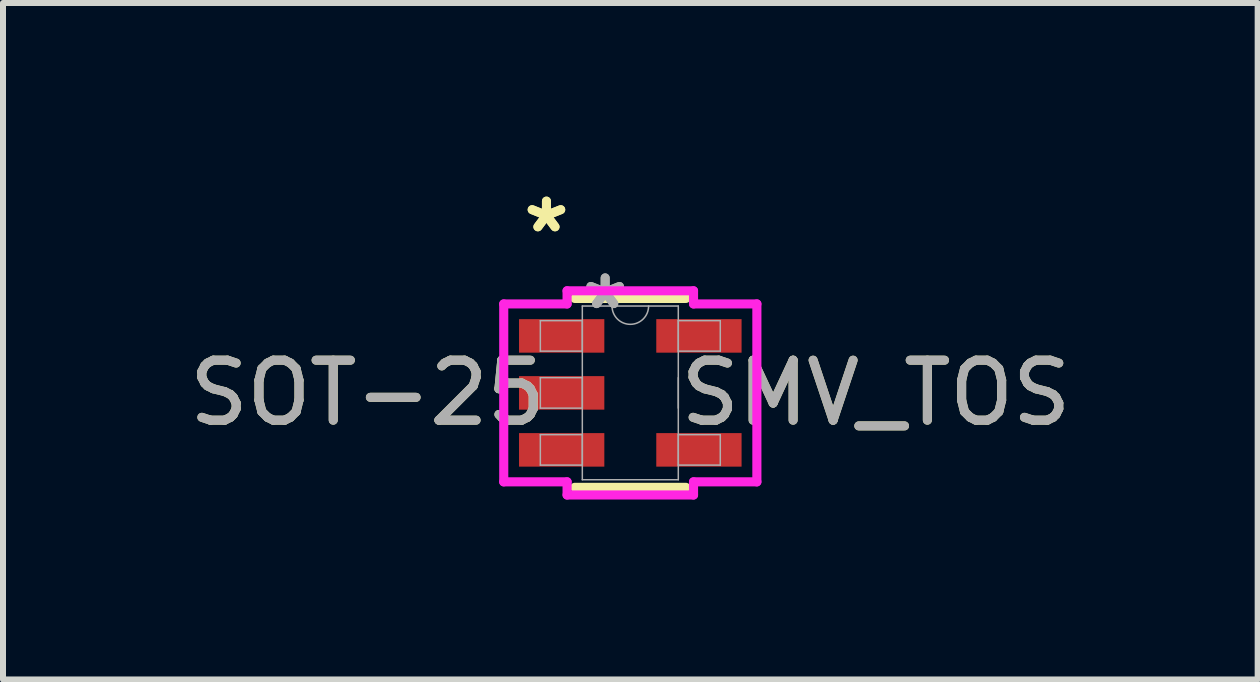
<source format=kicad_pcb>
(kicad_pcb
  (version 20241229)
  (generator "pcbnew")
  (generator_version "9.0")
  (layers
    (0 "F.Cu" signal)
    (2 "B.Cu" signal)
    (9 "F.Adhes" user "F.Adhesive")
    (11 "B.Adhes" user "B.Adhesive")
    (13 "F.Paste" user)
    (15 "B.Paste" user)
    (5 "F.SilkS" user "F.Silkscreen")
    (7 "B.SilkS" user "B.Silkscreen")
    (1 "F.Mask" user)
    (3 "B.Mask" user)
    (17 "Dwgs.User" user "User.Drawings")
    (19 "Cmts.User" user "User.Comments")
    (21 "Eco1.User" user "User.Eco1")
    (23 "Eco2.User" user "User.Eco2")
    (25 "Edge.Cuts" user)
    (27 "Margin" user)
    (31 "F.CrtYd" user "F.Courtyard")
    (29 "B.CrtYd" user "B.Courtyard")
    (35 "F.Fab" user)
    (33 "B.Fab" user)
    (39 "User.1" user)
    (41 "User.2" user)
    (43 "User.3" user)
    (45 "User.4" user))
  (footprint "SOT-25   SMV_TOS"
    (layer "F.Cu")
    (at 7.458 3.5)
    (property "Reference" "SOT-25   SMV_TOS" (at 0 0 0) (unlocked yes) (layer "F.SilkS") (effects (font (size 1 1) (thickness 0.15))))
    (attr smd)
    (fp_line (start -0.927 1.575) (end 0.927 1.575) (stroke (width 0.152) (type solid)) (layer "F.SilkS"))
    (fp_line (start 0.927 -1.575) (end -0.927 -1.575) (stroke (width 0.152) (type solid)) (layer "F.SilkS"))
    (fp_line (start -2.11 -1.483) (end -1.054 -1.483) (stroke (width 0.152) (type solid)) (layer "F.CrtYd"))
    (fp_line (start -2.11 1.483) (end -2.11 -1.483) (stroke (width 0.152) (type solid)) (layer "F.CrtYd"))
    (fp_line (start -2.11 1.483) (end -1.054 1.483) (stroke (width 0.152) (type solid)) (layer "F.CrtYd"))
    (fp_line (start -1.054 -1.702) (end 1.054 -1.702) (stroke (width 0.152) (type solid)) (layer "F.CrtYd"))
    (fp_line (start -1.054 -1.483) (end -1.054 -1.702) (stroke (width 0.152) (type solid)) (layer "F.CrtYd"))
    (fp_line (start -1.054 1.702) (end -1.054 1.483) (stroke (width 0.152) (type solid)) (layer "F.CrtYd"))
    (fp_line (start 1.054 -1.702) (end 1.054 -1.483) (stroke (width 0.152) (type solid)) (layer "F.CrtYd"))
    (fp_line (start 1.054 1.483) (end 1.054 1.702) (stroke (width 0.152) (type solid)) (layer "F.CrtYd"))
    (fp_line (start 1.054 1.702) (end -1.054 1.702) (stroke (width 0.152) (type solid)) (layer "F.CrtYd"))
    (fp_line (start 2.11 -1.483) (end 1.054 -1.483) (stroke (width 0.152) (type solid)) (layer "F.CrtYd"))
    (fp_line (start 2.11 -1.483) (end 2.11 1.483) (stroke (width 0.152) (type solid)) (layer "F.CrtYd"))
    (fp_line (start 2.11 1.483) (end 1.054 1.483) (stroke (width 0.152) (type solid)) (layer "F.CrtYd"))
    (fp_line (start -1.5 -1.204) (end -1.5 -0.696) (stroke (width 0.025) (type solid)) (layer "F.Fab"))
    (fp_line (start -1.5 -0.696) (end -0.8 -0.696) (stroke (width 0.025) (type solid)) (layer "F.Fab"))
    (fp_line (start -1.5 -0.254) (end -1.5 0.254) (stroke (width 0.025) (type solid)) (layer "F.Fab"))
    (fp_line (start -1.5 0.254) (end -0.8 0.254) (stroke (width 0.025) (type solid)) (layer "F.Fab"))
    (fp_line (start -1.5 0.696) (end -1.5 1.204) (stroke (width 0.025) (type solid)) (layer "F.Fab"))
    (fp_line (start -1.5 1.204) (end -0.8 1.204) (stroke (width 0.025) (type solid)) (layer "F.Fab"))
    (fp_line (start -0.8 -1.448) (end -0.8 1.448) (stroke (width 0.025) (type solid)) (layer "F.Fab"))
    (fp_line (start -0.8 -1.204) (end -1.5 -1.204) (stroke (width 0.025) (type solid)) (layer "F.Fab"))
    (fp_line (start -0.8 -0.696) (end -0.8 -1.204) (stroke (width 0.025) (type solid)) (layer "F.Fab"))
    (fp_line (start -0.8 -0.254) (end -1.5 -0.254) (stroke (width 0.025) (type solid)) (layer "F.Fab"))
    (fp_line (start -0.8 0.254) (end -0.8 -0.254) (stroke (width 0.025) (type solid)) (layer "F.Fab"))
    (fp_line (start -0.8 0.696) (end -1.5 0.696) (stroke (width 0.025) (type solid)) (layer "F.Fab"))
    (fp_line (start -0.8 1.204) (end -0.8 0.696) (stroke (width 0.025) (type solid)) (layer "F.Fab"))
    (fp_line (start -0.8 1.448) (end 0.8 1.448) (stroke (width 0.025) (type solid)) (layer "F.Fab"))
    (fp_line (start 0.8 -1.448) (end -0.8 -1.448) (stroke (width 0.025) (type solid)) (layer "F.Fab"))
    (fp_line (start 0.8 -1.204) (end 0.8 -0.696) (stroke (width 0.025) (type solid)) (layer "F.Fab"))
    (fp_line (start 0.8 -0.696) (end 1.5 -0.696) (stroke (width 0.025) (type solid)) (layer "F.Fab"))
    (fp_line (start 0.8 -0.254) (end 0.8 0.254) (stroke (width 0.025) (type solid)) (layer "F.Fab"))
    (fp_line (start 0.8 0.696) (end 0.8 1.204) (stroke (width 0.025) (type solid)) (layer "F.Fab"))
    (fp_line (start 0.8 1.204) (end 1.5 1.204) (stroke (width 0.025) (type solid)) (layer "F.Fab"))
    (fp_line (start 0.8 1.448) (end 0.8 -1.448) (stroke (width 0.025) (type solid)) (layer "F.Fab"))
    (fp_line (start 1.5 -1.204) (end 0.8 -1.204) (stroke (width 0.025) (type solid)) (layer "F.Fab"))
    (fp_line (start 1.5 -0.696) (end 1.5 -1.204) (stroke (width 0.025) (type solid)) (layer "F.Fab"))
    (fp_line (start 1.5 0.696) (end 0.8 0.696) (stroke (width 0.025) (type solid)) (layer "F.Fab"))
    (fp_line (start 1.5 1.204) (end 1.5 0.696) (stroke (width 0.025) (type solid)) (layer "F.Fab"))
    (fp_arc (start 0.3048 -1.4478) (mid 0 -1.143) (end -0.3048 -1.4478) (stroke (width 0.0254) (type solid)) (layer "F.Fab"))
    (fp_text user "*" (at -1.398 -2.652 0) (layer "F.SilkS") (effects (font (size 1 1) (thickness 0.15))))
    (fp_text user "*" (at -1.398 -2.652 0) (unlocked yes) (layer "F.SilkS") (effects (font (size 1 1) (thickness 0.15))))
    (fp_text user "*" (at -0.419 -1.372 0) (layer "F.Fab") (effects (font (size 1 1) (thickness 0.15))))
    (fp_text user "*" (at -0.419 -1.372 0) (unlocked yes) (layer "F.Fab") (effects (font (size 1 1) (thickness 0.15))))
    (fp_text user "${REFERENCE}" (at 0 0 0) (unlocked yes) (layer "F.Fab") (effects (font (size 1 1) (thickness 0.15))))
    (pad "1" smd rect (at -1.144 -0.95) (size 1.422 0.559) (layers "F.Cu" "F.Mask" "F.Paste"))
    (pad "2" smd rect (at -1.144 0) (size 1.422 0.559) (layers "F.Cu" "F.Mask" "F.Paste"))
    (pad "3" smd rect (at -1.144 0.95) (size 1.422 0.559) (layers "F.Cu" "F.Mask" "F.Paste"))
    (pad "4" smd rect (at 1.144 0.95) (size 1.422 0.559) (layers "F.Cu" "F.Mask" "F.Paste"))
    (pad "5" smd rect (at 1.144 -0.95) (size 1.422 0.559) (layers "F.Cu" "F.Mask" "F.Paste")))
  (gr_rect
    (start -3 -3)
    (end 17.917 8.278)
    (stroke (width 0.1) (type default))
    (fill no)
    (layer "Edge.Cuts")))
</source>
